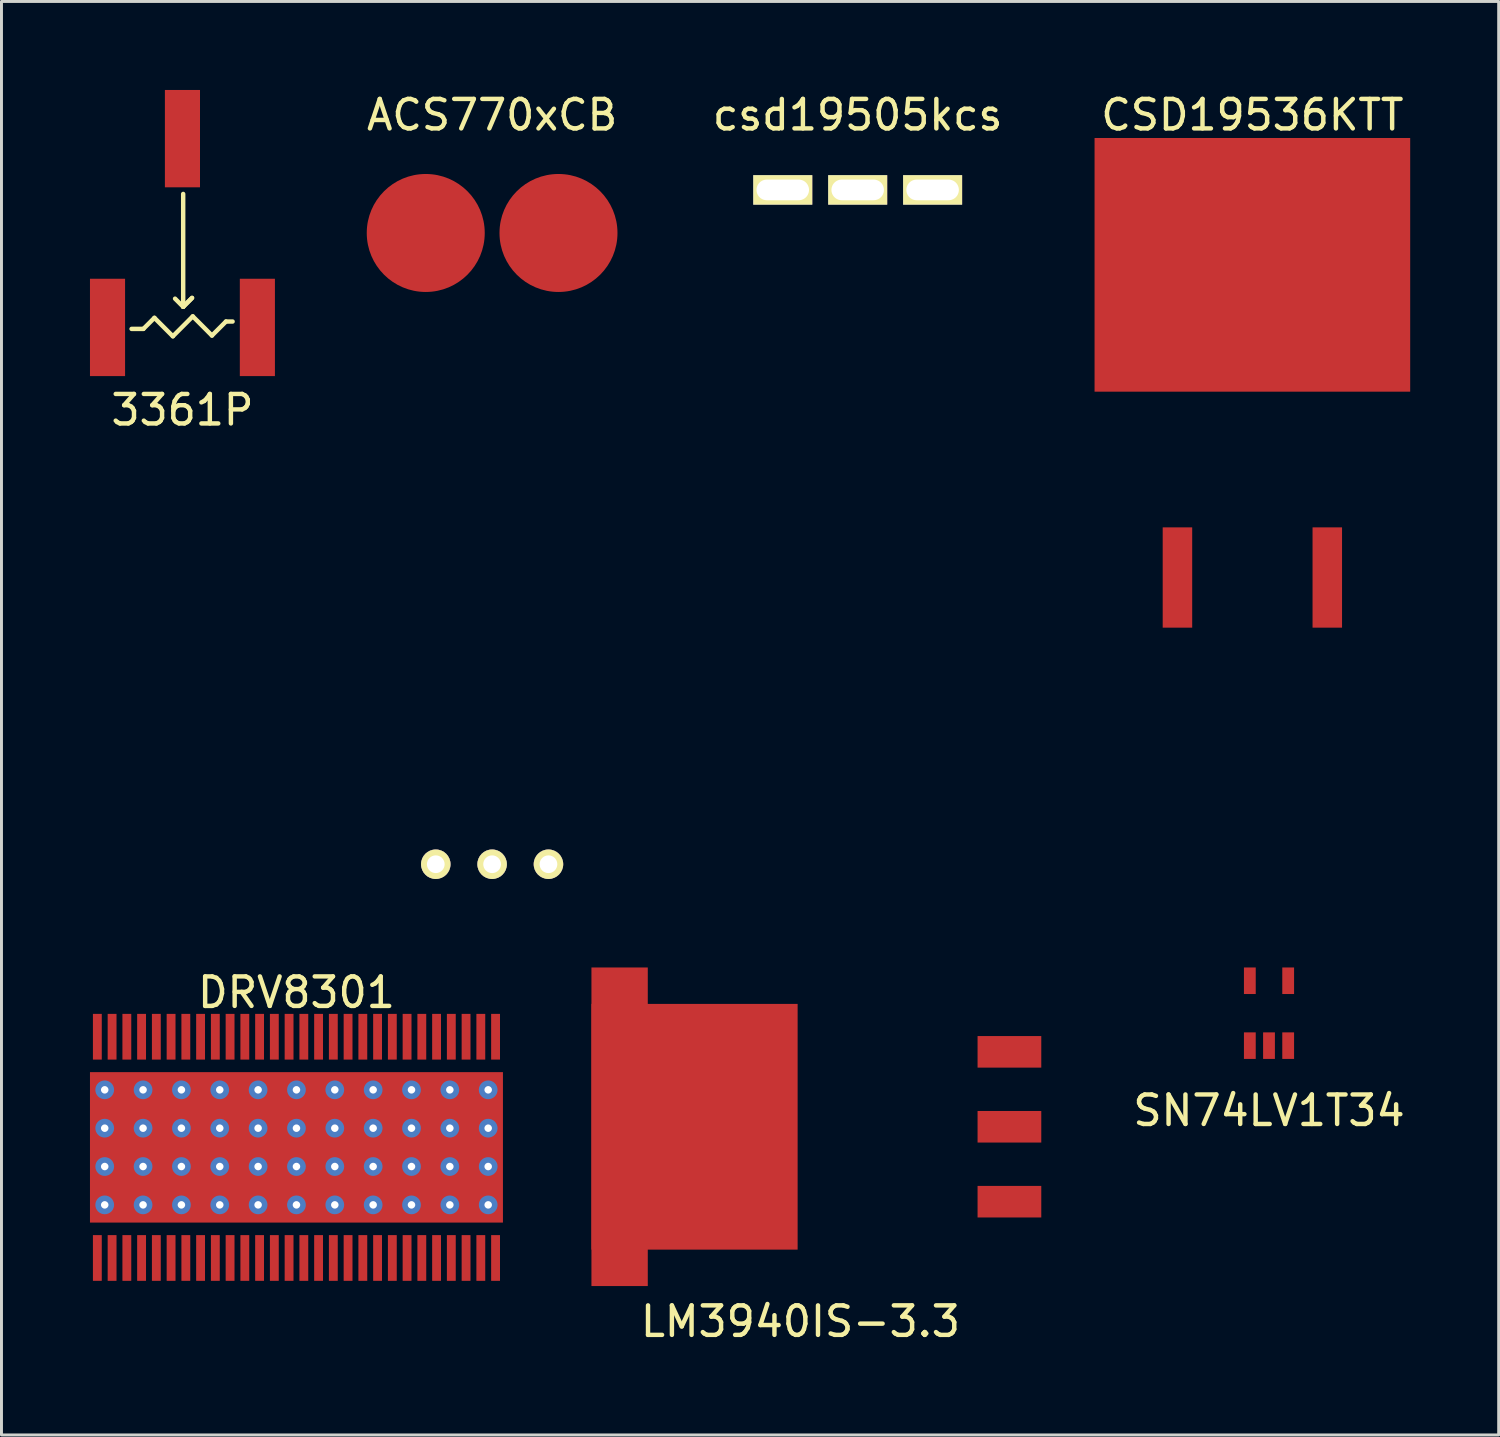
<source format=kicad_pcb>
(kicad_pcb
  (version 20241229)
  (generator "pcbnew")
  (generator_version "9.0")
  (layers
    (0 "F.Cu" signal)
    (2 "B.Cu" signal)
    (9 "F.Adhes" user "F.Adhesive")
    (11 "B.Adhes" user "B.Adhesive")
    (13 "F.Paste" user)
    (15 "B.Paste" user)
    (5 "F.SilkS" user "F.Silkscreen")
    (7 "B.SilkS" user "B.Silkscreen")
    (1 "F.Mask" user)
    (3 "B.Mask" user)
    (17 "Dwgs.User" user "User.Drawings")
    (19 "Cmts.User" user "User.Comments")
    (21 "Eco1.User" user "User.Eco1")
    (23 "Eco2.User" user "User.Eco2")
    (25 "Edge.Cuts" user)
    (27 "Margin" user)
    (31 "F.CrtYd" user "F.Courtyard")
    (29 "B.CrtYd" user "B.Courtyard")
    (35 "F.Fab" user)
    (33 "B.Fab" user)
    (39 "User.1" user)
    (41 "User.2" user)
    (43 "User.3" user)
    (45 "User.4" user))
  (footprint "DRV8301"
    (layer "F.Cu")
    (at 7 35.846)
    (property "Reference" "DRV8301" (at 0 -5.25 0) (layer "F.SilkS") (effects (font (size 1 1) (thickness 0.15))))
    (attr through_hole)
    (pad "" smd rect (at -1.6 -0.9) (size 2.7 1.4) (layers "F.Paste"))
    (pad "" smd rect (at -1.6 0.9) (size 2.7 1.4) (layers "F.Paste"))
    (pad "" smd rect (at 0 0) (size 6.35 3.61) (layers "F.Mask"))
    (pad "" smd rect (at 1.6 -0.9) (size 2.7 1.4) (layers "F.Paste"))
    (pad "" smd rect (at 1.6 0.9) (size 2.7 1.4) (layers "F.Paste"))
    (pad "1" smd rect (at -6.75 3.75) (size 0.3 1.55) (layers "F.Cu" "F.Mask" "F.Paste"))
    (pad "2" smd rect (at -6.25 3.75) (size 0.3 1.55) (layers "F.Cu" "F.Mask" "F.Paste"))
    (pad "3" smd rect (at -5.75 3.75) (size 0.3 1.55) (layers "F.Cu" "F.Mask" "F.Paste"))
    (pad "4" smd rect (at -5.25 3.75) (size 0.3 1.55) (layers "F.Cu" "F.Mask" "F.Paste"))
    (pad "5" smd rect (at -4.75 3.75) (size 0.3 1.55) (layers "F.Cu" "F.Mask" "F.Paste"))
    (pad "6" smd rect (at -4.25 3.75) (size 0.3 1.55) (layers "F.Cu" "F.Mask" "F.Paste"))
    (pad "7" smd rect (at -3.75 3.75) (size 0.3 1.55) (layers "F.Cu" "F.Mask" "F.Paste"))
    (pad "8" smd rect (at -3.25 3.75) (size 0.3 1.55) (layers "F.Cu" "F.Mask" "F.Paste"))
    (pad "9" smd rect (at -2.75 3.75) (size 0.3 1.55) (layers "F.Cu" "F.Mask" "F.Paste"))
    (pad "10" smd rect (at -2.25 3.75) (size 0.3 1.55) (layers "F.Cu" "F.Mask" "F.Paste"))
    (pad "11" smd rect (at -1.75 3.75) (size 0.3 1.55) (layers "F.Cu" "F.Mask" "F.Paste"))
    (pad "12" smd rect (at -1.25 3.75) (size 0.3 1.55) (layers "F.Cu" "F.Mask" "F.Paste"))
    (pad "13" smd rect (at -0.75 3.75) (size 0.3 1.55) (layers "F.Cu" "F.Mask" "F.Paste"))
    (pad "14" smd rect (at -0.25 3.75) (size 0.3 1.55) (layers "F.Cu" "F.Mask" "F.Paste"))
    (pad "15" smd rect (at 0.25 3.75) (size 0.3 1.55) (layers "F.Cu" "F.Mask" "F.Paste"))
    (pad "16" smd rect (at 0.75 3.75) (size 0.3 1.55) (layers "F.Cu" "F.Mask" "F.Paste"))
    (pad "17" smd rect (at 1.25 3.75) (size 0.3 1.55) (layers "F.Cu" "F.Mask" "F.Paste"))
    (pad "18" smd rect (at 1.75 3.75) (size 0.3 1.55) (layers "F.Cu" "F.Mask" "F.Paste"))
    (pad "19" smd rect (at 2.25 3.75) (size 0.3 1.55) (layers "F.Cu" "F.Mask" "F.Paste"))
    (pad "20" smd rect (at 2.75 3.75) (size 0.3 1.55) (layers "F.Cu" "F.Mask" "F.Paste"))
    (pad "21" smd rect (at 3.25 3.75) (size 0.3 1.55) (layers "F.Cu" "F.Mask" "F.Paste"))
    (pad "22" smd rect (at 3.75 3.75) (size 0.3 1.55) (layers "F.Cu" "F.Mask" "F.Paste"))
    (pad "23" smd rect (at 4.25 3.75) (size 0.3 1.55) (layers "F.Cu" "F.Mask" "F.Paste"))
    (pad "24" smd rect (at 4.75 3.75) (size 0.3 1.55) (layers "F.Cu" "F.Mask" "F.Paste"))
    (pad "25" smd rect (at 5.25 3.75) (size 0.3 1.55) (layers "F.Cu" "F.Mask" "F.Paste"))
    (pad "26" smd rect (at 5.75 3.75) (size 0.3 1.55) (layers "F.Cu" "F.Mask" "F.Paste"))
    (pad "27" smd rect (at 6.25 3.75) (size 0.3 1.55) (layers "F.Cu" "F.Mask" "F.Paste"))
    (pad "28" smd rect (at 6.75 3.75) (size 0.3 1.55) (layers "F.Cu" "F.Mask" "F.Paste"))
    (pad "29" smd rect (at 6.75 -3.75) (size 0.3 1.55) (layers "F.Cu" "F.Mask" "F.Paste"))
    (pad "30" smd rect (at 6.25 -3.75) (size 0.3 1.55) (layers "F.Cu" "F.Mask" "F.Paste"))
    (pad "31" smd rect (at 5.75 -3.75) (size 0.3 1.55) (layers "F.Cu" "F.Mask" "F.Paste"))
    (pad "32" smd rect (at 5.25 -3.75) (size 0.3 1.55) (layers "F.Cu" "F.Mask" "F.Paste"))
    (pad "33" smd rect (at 4.75 -3.75) (size 0.3 1.55) (layers "F.Cu" "F.Mask" "F.Paste"))
    (pad "34" smd rect (at 4.25 -3.75) (size 0.3 1.55) (layers "F.Cu" "F.Mask" "F.Paste"))
    (pad "35" smd rect (at 3.75 -3.75) (size 0.3 1.55) (layers "F.Cu" "F.Mask" "F.Paste"))
    (pad "36" smd rect (at 3.25 -3.75) (size 0.3 1.55) (layers "F.Cu" "F.Mask" "F.Paste"))
    (pad "37" smd rect (at 2.75 -3.75) (size 0.3 1.55) (layers "F.Cu" "F.Mask" "F.Paste"))
    (pad "38" smd rect (at 2.25 -3.75) (size 0.3 1.55) (layers "F.Cu" "F.Mask" "F.Paste"))
    (pad "39" smd rect (at 1.75 -3.75) (size 0.3 1.55) (layers "F.Cu" "F.Mask" "F.Paste"))
    (pad "40" smd rect (at 1.25 -3.75) (size 0.3 1.55) (layers "F.Cu" "F.Mask" "F.Paste"))
    (pad "41" smd rect (at 0.75 -3.75) (size 0.3 1.55) (layers "F.Cu" "F.Mask" "F.Paste"))
    (pad "42" smd rect (at 0.25 -3.75) (size 0.3 1.55) (layers "F.Cu" "F.Mask" "F.Paste"))
    (pad "43" smd rect (at -0.25 -3.75) (size 0.3 1.55) (layers "F.Cu" "F.Mask" "F.Paste"))
    (pad "44" smd rect (at -0.75 -3.75) (size 0.3 1.55) (layers "F.Cu" "F.Mask" "F.Paste"))
    (pad "45" smd rect (at -1.25 -3.75) (size 0.3 1.55) (layers "F.Cu" "F.Mask" "F.Paste"))
    (pad "46" smd rect (at -1.75 -3.75) (size 0.3 1.55) (layers "F.Cu" "F.Mask" "F.Paste"))
    (pad "47" smd rect (at -2.25 -3.75) (size 0.3 1.55) (layers "F.Cu" "F.Mask" "F.Paste"))
    (pad "48" smd rect (at -2.75 -3.75) (size 0.3 1.55) (layers "F.Cu" "F.Mask" "F.Paste"))
    (pad "49" smd rect (at -3.25 -3.75) (size 0.3 1.55) (layers "F.Cu" "F.Mask" "F.Paste"))
    (pad "50" smd rect (at -3.75 -3.75) (size 0.3 1.55) (layers "F.Cu" "F.Mask" "F.Paste"))
    (pad "51" smd rect (at -4.25 -3.75) (size 0.3 1.55) (layers "F.Cu" "F.Mask" "F.Paste"))
    (pad "52" smd rect (at -4.75 -3.75) (size 0.3 1.55) (layers "F.Cu" "F.Mask" "F.Paste"))
    (pad "53" smd rect (at -5.25 -3.75) (size 0.3 1.55) (layers "F.Cu" "F.Mask" "F.Paste"))
    (pad "54" smd rect (at -5.75 -3.75) (size 0.3 1.55) (layers "F.Cu" "F.Mask" "F.Paste"))
    (pad "55" smd rect (at -6.25 -3.75) (size 0.3 1.55) (layers "F.Cu" "F.Mask" "F.Paste"))
    (pad "56" smd rect (at -6.75 -3.75) (size 0.3 1.55) (layers "F.Cu" "F.Mask" "F.Paste"))
    (pad "57" thru_hole circle (at -6.5 -1.95) (size 0.635 0.635) (drill 0.254) (layers "*.Cu"))
    (pad "57" thru_hole circle (at -6.5 -0.65) (size 0.635 0.635) (drill 0.254) (layers "*.Cu"))
    (pad "57" thru_hole circle (at -6.5 0.65) (size 0.635 0.635) (drill 0.254) (layers "*.Cu"))
    (pad "57" thru_hole circle (at -6.5 1.95) (size 0.635 0.635) (drill 0.254) (layers "*.Cu"))
    (pad "57" thru_hole circle (at -5.2 -1.95) (size 0.635 0.635) (drill 0.254) (layers "*.Cu"))
    (pad "57" thru_hole circle (at -5.2 -0.65) (size 0.635 0.635) (drill 0.254) (layers "*.Cu"))
    (pad "57" thru_hole circle (at -5.2 0.65) (size 0.635 0.635) (drill 0.254) (layers "*.Cu"))
    (pad "57" thru_hole circle (at -5.2 1.95) (size 0.635 0.635) (drill 0.254) (layers "*.Cu"))
    (pad "57" thru_hole circle (at -3.9 -1.95) (size 0.635 0.635) (drill 0.254) (layers "*.Cu"))
    (pad "57" thru_hole circle (at -3.9 -0.65) (size 0.635 0.635) (drill 0.254) (layers "*.Cu"))
    (pad "57" thru_hole circle (at -3.9 0.65) (size 0.635 0.635) (drill 0.254) (layers "*.Cu"))
    (pad "57" thru_hole circle (at -3.9 1.95) (size 0.635 0.635) (drill 0.254) (layers "*.Cu"))
    (pad "57" thru_hole circle (at -2.6 -1.95) (size 0.635 0.635) (drill 0.254) (layers "*.Cu"))
    (pad "57" thru_hole circle (at -2.6 -0.65) (size 0.635 0.635) (drill 0.254) (layers "*.Cu"))
    (pad "57" thru_hole circle (at -2.6 0.65) (size 0.635 0.635) (drill 0.254) (layers "*.Cu"))
    (pad "57" thru_hole circle (at -2.6 1.95) (size 0.635 0.635) (drill 0.254) (layers "*.Cu"))
    (pad "57" thru_hole circle (at -1.3 -1.95) (size 0.635 0.635) (drill 0.254) (layers "*.Cu"))
    (pad "57" thru_hole circle (at -1.3 -0.65) (size 0.635 0.635) (drill 0.254) (layers "*.Cu"))
    (pad "57" thru_hole circle (at -1.3 0.65) (size 0.635 0.635) (drill 0.254) (layers "*.Cu"))
    (pad "57" thru_hole circle (at -1.3 1.95) (size 0.635 0.635) (drill 0.254) (layers "*.Cu"))
    (pad "57" thru_hole circle (at 0 -1.95) (size 0.635 0.635) (drill 0.254) (layers "*.Cu"))
    (pad "57" thru_hole circle (at 0 -0.65) (size 0.635 0.635) (drill 0.254) (layers "*.Cu"))
    (pad "57" smd rect (at 0 0) (size 14 5.1) (layers "F.Cu"))
    (pad "57" thru_hole circle (at 0 0.65) (size 0.635 0.635) (drill 0.254) (layers "*.Cu"))
    (pad "57" thru_hole circle (at 0 1.95) (size 0.635 0.635) (drill 0.254) (layers "*.Cu"))
    (pad "57" thru_hole circle (at 1.3 -1.95) (size 0.635 0.635) (drill 0.254) (layers "*.Cu"))
    (pad "57" thru_hole circle (at 1.3 -0.65) (size 0.635 0.635) (drill 0.254) (layers "*.Cu"))
    (pad "57" thru_hole circle (at 1.3 0.65) (size 0.635 0.635) (drill 0.254) (layers "*.Cu"))
    (pad "57" thru_hole circle (at 1.3 1.95) (size 0.635 0.635) (drill 0.254) (layers "*.Cu"))
    (pad "57" thru_hole circle (at 2.6 -1.95) (size 0.635 0.635) (drill 0.254) (layers "*.Cu"))
    (pad "57" thru_hole circle (at 2.6 -0.65) (size 0.635 0.635) (drill 0.254) (layers "*.Cu"))
    (pad "57" thru_hole circle (at 2.6 0.65) (size 0.635 0.635) (drill 0.254) (layers "*.Cu"))
    (pad "57" thru_hole circle (at 2.6 1.95) (size 0.635 0.635) (drill 0.254) (layers "*.Cu"))
    (pad "57" thru_hole circle (at 3.9 -1.95) (size 0.635 0.635) (drill 0.254) (layers "*.Cu"))
    (pad "57" thru_hole circle (at 3.9 -0.65) (size 0.635 0.635) (drill 0.254) (layers "*.Cu"))
    (pad "57" thru_hole circle (at 3.9 0.65) (size 0.635 0.635) (drill 0.254) (layers "*.Cu"))
    (pad "57" thru_hole circle (at 3.9 1.95) (size 0.635 0.635) (drill 0.254) (layers "*.Cu"))
    (pad "57" thru_hole circle (at 5.2 -1.95) (size 0.635 0.635) (drill 0.254) (layers "*.Cu"))
    (pad "57" thru_hole circle (at 5.2 -0.65) (size 0.635 0.635) (drill 0.254) (layers "*.Cu"))
    (pad "57" thru_hole circle (at 5.2 0.65) (size 0.635 0.635) (drill 0.254) (layers "*.Cu"))
    (pad "57" thru_hole circle (at 5.2 1.95) (size 0.635 0.635) (drill 0.254) (layers "*.Cu"))
    (pad "57" thru_hole circle (at 6.5 -1.95) (size 0.635 0.635) (drill 0.254) (layers "*.Cu"))
    (pad "57" thru_hole circle (at 6.5 -0.65) (size 0.635 0.635) (drill 0.254) (layers "*.Cu"))
    (pad "57" thru_hole circle (at 6.5 0.65) (size 0.635 0.635) (drill 0.254) (layers "*.Cu"))
    (pad "57" thru_hole circle (at 6.5 1.95) (size 0.635 0.635) (drill 0.254) (layers "*.Cu")))
  (footprint "LM3940IS-3.3"
    (layer "F.Cu")
    (at 24.085 35.148)
    (property "Reference" "LM3940IS-3.3" (at 0 6.6 0) (layer "F.SilkS") (effects (font (size 1 1) (thickness 0.15))))
    (attr through_hole)
    (pad "1" smd rect (at 7.085 2.54) (size 2.16 1.07) (layers "F.Cu" "F.Mask" "F.Paste"))
    (pad "2" smd rect (at -6.13 0) (size 1.91 10.8) (layers "F.Cu" "F.Mask" "F.Paste"))
    (pad "2" smd rect (at -3.59 0) (size 6.99 8.33) (layers "F.Cu" "F.Mask" "F.Paste"))
    (pad "2" smd rect (at 7.085 0) (size 2.16 1.07) (layers "F.Cu" "F.Mask" "F.Paste"))
    (pad "3" smd rect (at 7.085 -2.54) (size 2.16 1.07) (layers "F.Cu" "F.Mask" "F.Paste")))
  (footprint "CSD19536KTT"
    (layer "F.Cu")
    (at 39.406 5.928)
    (property "Reference" "CSD19536KTT" (at 0 -5.08 0) (layer "F.SilkS") (effects (font (size 1 1) (thickness 0.15))))
    (attr through_hole)
    (pad "1" smd rect (at -2.54 10.6) (size 1 3.4) (layers "F.Cu" "F.Mask" "F.Paste"))
    (pad "2" smd rect (at 0 0) (size 10.7 8.6) (layers "F.Cu" "F.Mask" "F.Paste"))
    (pad "3" smd rect (at 2.54 10.6) (size 1 3.4) (layers "F.Cu" "F.Mask" "F.Paste")))
  (footprint "ACS770xCB"
    (layer "F.Cu")
    (at 13.633 16.088)
    (property "Reference" "ACS770xCB" (at 0 -15.24 0) (layer "F.SilkS") (effects (font (size 1 1) (thickness 0.15))))
    (attr through_hole)
    (pad "1" thru_hole circle (at -1.91 10.16) (size 1 1) (drill 0.6) (layers "*.Cu" "*.Mask" "F.SilkS"))
    (pad "3" thru_hole circle (at 0 10.16) (size 1 1) (drill 0.6) (layers "*.Cu" "*.Mask" "F.SilkS"))
    (pad "3" thru_hole circle (at 1.91 10.16) (size 1 1) (drill 0.6) (layers "*.Cu" "*.Mask" "F.SilkS"))
    (pad "4" smd circle (at 2.25 -11.24) (size 4 4) (layers "F.Cu" "F.Mask" "F.Paste"))
    (pad "5" smd circle (at -2.25 -11.24) (size 4 4) (layers "F.Cu" "F.Mask" "F.Paste")))
  (footprint "SN74LV1T34"
    (layer "F.Cu")
    (at 39.97 31.298)
    (property "Reference" "SN74LV1T34" (at 0 3.3 0) (layer "F.SilkS") (effects (font (size 1 1) (thickness 0.15))))
    (attr through_hole)
    (pad "1" smd rect (at -0.65 1.1) (size 0.4 0.9) (layers "F.Cu" "F.Mask" "F.Paste"))
    (pad "2" smd rect (at 0 1.1) (size 0.4 0.9) (layers "F.Cu" "F.Mask" "F.Paste"))
    (pad "3" smd rect (at 0.65 1.1) (size 0.4 0.9) (layers "F.Cu" "F.Mask" "F.Paste"))
    (pad "4" smd rect (at 0.65 -1.1) (size 0.4 0.9) (layers "F.Cu" "F.Mask" "F.Paste"))
    (pad "5" smd rect (at -0.65 -1.1) (size 0.4 0.9) (layers "F.Cu" "F.Mask" "F.Paste")))
  (footprint "csd19505kcs"
    (layer "F.Cu")
    (at 26.026 3.388)
    (property "Reference" "csd19505kcs" (at 0 -2.54 0) (layer "F.SilkS") (effects (font (size 1 1) (thickness 0.15))))
    (attr through_hole)
    (pad "1" thru_hole rect (at -2.54 0) (size 2 1) (drill oval 1.78 0.7) (layers "*.Cu" "*.Mask" "F.SilkS"))
    (pad "2" thru_hole rect (at 0 0) (size 2 1) (drill oval 1.78 0.7) (layers "*.Cu" "*.Mask" "F.SilkS"))
    (pad "3" thru_hole rect (at 2.54 0) (size 2 1) (drill oval 1.78 0.7) (layers "*.Cu" "*.Mask" "F.SilkS")))
  (footprint "3361P"
    (layer "F.Cu")
    (at 3.135 4.85)
    (property "Reference" "3361P" (at 0 6 0) (layer "F.SilkS") (effects (font (size 1 1) (thickness 0.15))))
    (attr through_hole)
    (fp_line (start -1.725 3.25) (end -1.325 3.25) (stroke (width 0.15) (type solid)) (layer "F.SilkS"))
    (fp_line (start -1.325 3.25) (end -0.95 2.875) (stroke (width 0.15) (type solid)) (layer "F.SilkS"))
    (fp_line (start -0.95 2.875) (end -0.325 3.5) (stroke (width 0.15) (type solid)) (layer "F.SilkS"))
    (fp_line (start -0.325 3.5) (end 0.35 2.825) (stroke (width 0.15) (type solid)) (layer "F.SilkS"))
    (fp_line (start 0.025 -1.325) (end 0.025 2.5) (stroke (width 0.15) (type solid)) (layer "F.SilkS"))
    (fp_line (start 0.025 2.5) (end -0.25 2.225) (stroke (width 0.15) (type solid)) (layer "F.SilkS"))
    (fp_line (start 0.025 2.5) (end 0.325 2.2) (stroke (width 0.15) (type solid)) (layer "F.SilkS"))
    (fp_line (start 0.325 2.2) (end 0.025 2.5) (stroke (width 0.15) (type solid)) (layer "F.SilkS"))
    (fp_line (start 0.35 2.825) (end 1 3.475) (stroke (width 0.15) (type solid)) (layer "F.SilkS"))
    (fp_line (start 1 3.475) (end 1.475 3) (stroke (width 0.15) (type solid)) (layer "F.SilkS"))
    (fp_line (start 1.475 3) (end 1.7 3) (stroke (width 0.15) (type solid)) (layer "F.SilkS"))
    (pad "1" smd rect (at -2.54 3.2) (size 1.19 3.3) (layers "F.Cu" "F.Mask" "F.Paste"))
    (pad "2" smd rect (at 0 -3.2) (size 1.19 3.3) (layers "F.Cu" "F.Mask" "F.Paste"))
    (pad "3" smd rect (at 2.54 3.2) (size 1.19 3.3) (layers "F.Cu" "F.Mask" "F.Paste")))
  (gr_rect
    (start -3 -3)
    (end 47.756 45.596)
    (stroke (width 0.1) (type default))
    (fill no)
    (layer "Edge.Cuts")))
</source>
